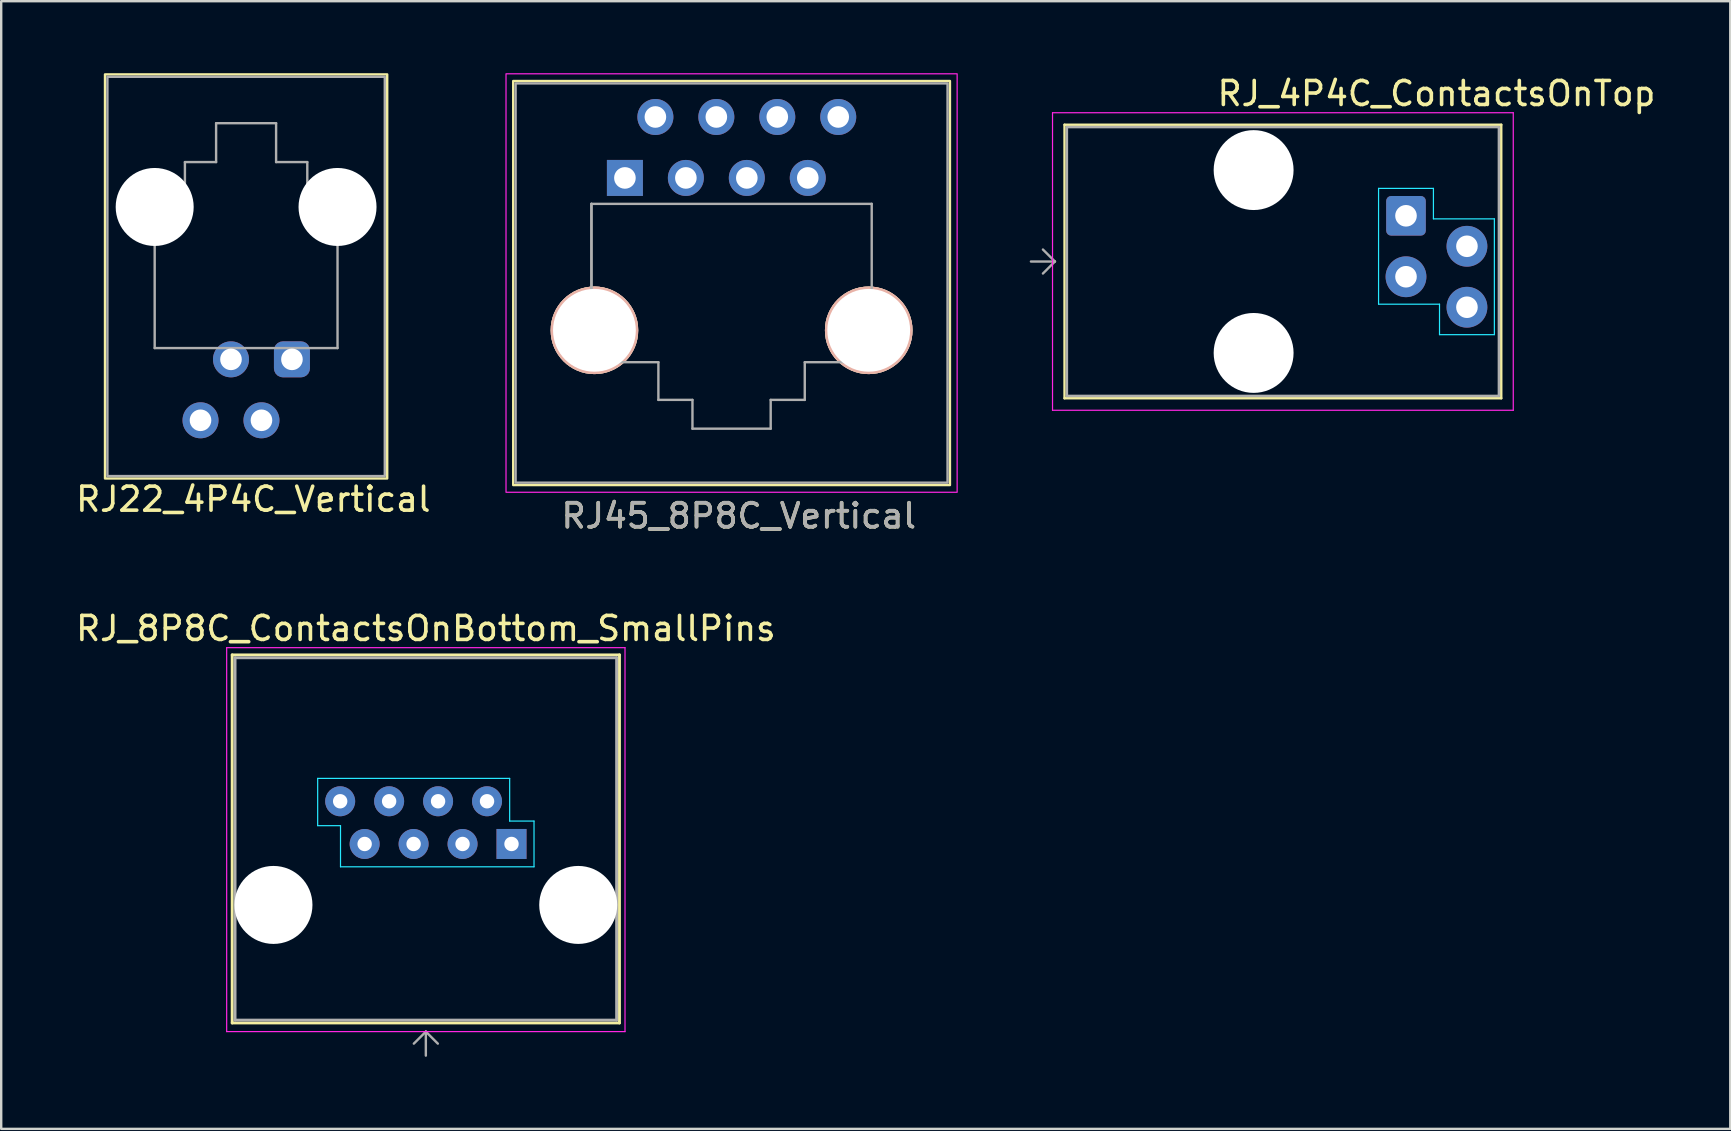
<source format=kicad_pcb>
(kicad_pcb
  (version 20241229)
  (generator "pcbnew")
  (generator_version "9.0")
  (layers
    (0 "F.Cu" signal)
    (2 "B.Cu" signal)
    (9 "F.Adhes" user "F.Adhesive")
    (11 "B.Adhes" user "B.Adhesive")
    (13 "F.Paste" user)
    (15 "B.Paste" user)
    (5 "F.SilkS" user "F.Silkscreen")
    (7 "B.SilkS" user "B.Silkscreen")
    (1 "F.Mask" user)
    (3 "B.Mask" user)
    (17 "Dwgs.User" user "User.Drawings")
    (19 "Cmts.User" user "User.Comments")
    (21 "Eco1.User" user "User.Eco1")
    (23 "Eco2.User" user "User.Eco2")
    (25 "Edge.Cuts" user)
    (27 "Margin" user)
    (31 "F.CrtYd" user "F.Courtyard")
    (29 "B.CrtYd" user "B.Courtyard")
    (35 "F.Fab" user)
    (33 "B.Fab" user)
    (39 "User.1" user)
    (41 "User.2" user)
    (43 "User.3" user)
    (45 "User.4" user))
  (footprint "RJ22_4P4C_Vertical"
    (layer "F.Cu")
    (at 7.206 8.155)
    (property "Reference" "RJ22_4P4C_Vertical" (at 0.3 9.6 180) (layer "F.SilkS") (effects (font (size 1 1) (thickness 0.15))))
    (attr through_hole)
    (fp_rect (start -5.88 -8.105) (end 5.88 8.735) (stroke (width 0.1) (type solid)) (fill no) (layer "F.SilkS"))
    (fp_line (start -3.81 -3.3) (end -3.81 3.3) (stroke (width 0.1) (type solid)) (layer "F.Fab"))
    (fp_line (start -3.81 3.3) (end 3.81 3.3) (stroke (width 0.1) (type solid)) (layer "F.Fab"))
    (fp_line (start -2.55 -4.45) (end -2.55 -3.3) (stroke (width 0.1) (type solid)) (layer "F.Fab"))
    (fp_line (start -2.55 -3.3) (end -3.81 -3.3) (stroke (width 0.1) (type solid)) (layer "F.Fab"))
    (fp_line (start -1.25 -6.07) (end -1.25 -4.45) (stroke (width 0.1) (type solid)) (layer "F.Fab"))
    (fp_line (start -1.25 -4.45) (end -2.55 -4.45) (stroke (width 0.1) (type solid)) (layer "F.Fab"))
    (fp_line (start 1.25 -6.07) (end -1.25 -6.07) (stroke (width 0.1) (type solid)) (layer "F.Fab"))
    (fp_line (start 1.25 -4.45) (end 1.25 -6.07) (stroke (width 0.1) (type solid)) (layer "F.Fab"))
    (fp_line (start 2.55 -4.45) (end 1.25 -4.45) (stroke (width 0.1) (type solid)) (layer "F.Fab"))
    (fp_line (start 2.55 -3.3) (end 2.55 -4.45) (stroke (width 0.1) (type solid)) (layer "F.Fab"))
    (fp_line (start 3.81 -3.3) (end 2.55 -3.3) (stroke (width 0.1) (type solid)) (layer "F.Fab"))
    (fp_line (start 3.81 3.3) (end 3.81 -3.3) (stroke (width 0.1) (type solid)) (layer "F.Fab"))
    (fp_rect (start -5.78 -8.005) (end 5.78 8.635) (stroke (width 0.1) (type solid)) (fill no) (layer "F.Fab"))
    (pad "" np_thru_hole circle (at -3.81 -2.58 180) (size 3.25 3.25) (drill 3.25) (layers "*.Cu" "*.Mask"))
    (pad "" np_thru_hole circle (at 3.81 -2.58 180) (size 3.25 3.25) (drill 3.25) (layers "*.Cu" "*.Mask"))
    (pad "1" thru_hole roundrect (at 1.91 3.77 180) (size 1.5 1.5) (drill 0.9) (layers "*.Cu" "*.Mask") (roundrect_rratio 0.25))
    (pad "2" thru_hole circle (at 0.64 6.31 180) (size 1.5 1.5) (drill 0.9) (layers "*.Cu" "*.Mask"))
    (pad "3" thru_hole circle (at -0.63 3.77 180) (size 1.5 1.5) (drill 0.9) (layers "*.Cu" "*.Mask"))
    (pad "4" thru_hole circle (at -1.9 6.31 180) (size 1.5 1.5) (drill 0.9) (layers "*.Cu" "*.Mask")))
  (footprint "RJ_4P4C_ContactsOnTop"
    (layer "F.Cu")
    (at 56.812 7.848)
    (property "Reference" "RJ_4P4C_ContactsOnTop" (at 0 -7 0) (layer "F.SilkS") (effects (font (size 1 1) (thickness 0.15))))
    (attr through_hole)
    (fp_line (start -15.5 -5.7) (end -15.5 5.7) (stroke (width 0.1) (type solid)) (layer "F.SilkS"))
    (fp_line (start -15.5 5.7) (end 2.7 5.7) (stroke (width 0.1) (type solid)) (layer "F.SilkS"))
    (fp_line (start 2.7 -5.7) (end -15.5 -5.7) (stroke (width 0.1) (type solid)) (layer "F.SilkS"))
    (fp_line (start 2.7 5.7) (end 2.7 -5.7) (stroke (width 0.1) (type solid)) (layer "F.SilkS"))
    (fp_line (start -2.413 -3.048) (end -2.413 1.778) (stroke (width 0.05) (type solid)) (layer "B.CrtYd"))
    (fp_line (start -2.413 1.778) (end 0.127 1.778) (stroke (width 0.05) (type solid)) (layer "B.CrtYd"))
    (fp_line (start -0.127 -3.048) (end -2.413 -3.048) (stroke (width 0.05) (type solid)) (layer "B.CrtYd"))
    (fp_line (start -0.127 -1.778) (end -0.127 -3.048) (stroke (width 0.05) (type solid)) (layer "B.CrtYd"))
    (fp_line (start 0.127 1.778) (end 0.127 3.048) (stroke (width 0.05) (type solid)) (layer "B.CrtYd"))
    (fp_line (start 0.127 3.048) (end 2.413 3.048) (stroke (width 0.05) (type solid)) (layer "B.CrtYd"))
    (fp_line (start 2.413 -1.778) (end -0.127 -1.778) (stroke (width 0.05) (type solid)) (layer "B.CrtYd"))
    (fp_line (start 2.413 3.048) (end 2.413 -1.778) (stroke (width 0.05) (type solid)) (layer "B.CrtYd"))
    (fp_line (start -16 -6.2) (end -16 6.2) (stroke (width 0.05) (type solid)) (layer "F.CrtYd"))
    (fp_line (start -16 6.2) (end 3.2 6.2) (stroke (width 0.05) (type solid)) (layer "F.CrtYd"))
    (fp_line (start 3.2 -6.2) (end -16 -6.2) (stroke (width 0.05) (type solid)) (layer "F.CrtYd"))
    (fp_line (start 3.2 6.2) (end 3.2 -6.2) (stroke (width 0.05) (type solid)) (layer "F.CrtYd"))
    (fp_line (start -16.4 -0.5) (end -15.9 0) (stroke (width 0.1) (type solid)) (layer "F.Fab"))
    (fp_line (start -15.9 0) (end -16.9 0) (stroke (width 0.1) (type solid)) (layer "F.Fab"))
    (fp_line (start -15.9 0) (end -16.4 0.5) (stroke (width 0.1) (type solid)) (layer "F.Fab"))
    (fp_line (start -15.4 -5.6) (end 2.6 -5.6) (stroke (width 0.1) (type solid)) (layer "F.Fab"))
    (fp_line (start -15.4 5.6) (end -15.4 -5.6) (stroke (width 0.1) (type solid)) (layer "F.Fab"))
    (fp_line (start -15.4 5.6) (end 2.6 5.6) (stroke (width 0.1) (type solid)) (layer "F.Fab"))
    (fp_line (start 2.6 -5.6) (end 2.6 5.6) (stroke (width 0.1) (type solid)) (layer "F.Fab"))
    (pad "" np_thru_hole circle (at -7.62 -3.81 180) (size 3.33 3.33) (drill 3.33) (layers "*.Cu" "*.Mask"))
    (pad "" np_thru_hole circle (at -7.62 3.81 180) (size 3.33 3.33) (drill 3.33) (layers "*.Cu" "*.Mask"))
    (pad "1" thru_hole roundrect (at -1.27 -1.905 180) (size 1.65 1.65) (drill 0.9) (layers "*.Cu" "*.Mask") (roundrect_rratio 0.125))
    (pad "2" thru_hole circle (at 1.27 -0.635 180) (size 1.7 1.7) (drill 0.9) (layers "*.Cu" "*.Mask"))
    (pad "3" thru_hole circle (at -1.27 0.635 180) (size 1.7 1.7) (drill 0.9) (layers "*.Cu" "*.Mask"))
    (pad "4" thru_hole circle (at 1.27 1.905 180) (size 1.7 1.7) (drill 0.9) (layers "*.Cu" "*.Mask")))
  (footprint "RJ_8P8C_ContactsOnBottom_SmallPins"
    (layer "F.Cu")
    (at 14.696 30.341)
    (property "Reference" "RJ_8P8C_ContactsOnBottom_SmallPins" (at 0 -7.2 0) (layer "F.SilkS") (effects (font (size 1 1) (thickness 0.15))))
    (attr through_hole)
    (fp_line (start -8.07 -6.1) (end 8.07 -6.1) (stroke (width 0.12) (type solid)) (layer "F.SilkS"))
    (fp_line (start -8.07 9.24) (end -8.07 -6.1) (stroke (width 0.12) (type solid)) (layer "F.SilkS"))
    (fp_line (start 8.07 -6.1) (end 8.07 9.24) (stroke (width 0.12) (type solid)) (layer "F.SilkS"))
    (fp_line (start 8.07 9.24) (end -8.07 9.24) (stroke (width 0.12) (type solid)) (layer "F.SilkS"))
    (fp_line (start -4.508 -0.953) (end 3.493 -0.953) (stroke (width 0.05) (type solid)) (layer "B.CrtYd"))
    (fp_line (start -4.508 1.016) (end -4.508 -0.953) (stroke (width 0.05) (type solid)) (layer "B.CrtYd"))
    (fp_line (start -3.556 1.016) (end -4.508 1.016) (stroke (width 0.05) (type solid)) (layer "B.CrtYd"))
    (fp_line (start -3.556 2.731) (end -3.556 1.016) (stroke (width 0.05) (type solid)) (layer "B.CrtYd"))
    (fp_line (start 3.493 -0.953) (end 3.493 0.826) (stroke (width 0.05) (type solid)) (layer "B.CrtYd"))
    (fp_line (start 3.493 0.826) (end 4.508 0.826) (stroke (width 0.05) (type solid)) (layer "B.CrtYd"))
    (fp_line (start 4.508 0.826) (end 4.508 2.731) (stroke (width 0.05) (type solid)) (layer "B.CrtYd"))
    (fp_line (start 4.508 2.731) (end -3.556 2.731) (stroke (width 0.05) (type solid)) (layer "B.CrtYd"))
    (fp_line (start -8.3 -6.4) (end -8.3 9.6) (stroke (width 0.05) (type solid)) (layer "F.CrtYd"))
    (fp_line (start -8.3 9.6) (end 8.3 9.6) (stroke (width 0.05) (type solid)) (layer "F.CrtYd"))
    (fp_line (start 8.3 -6.4) (end -8.3 -6.4) (stroke (width 0.05) (type solid)) (layer "F.CrtYd"))
    (fp_line (start 8.3 9.6) (end 8.3 -6.4) (stroke (width 0.05) (type solid)) (layer "F.CrtYd"))
    (fp_line (start -7.95 -5.98) (end 7.95 -5.98) (stroke (width 0.12) (type solid)) (layer "F.Fab"))
    (fp_line (start -7.95 9.12) (end -7.95 -5.98) (stroke (width 0.12) (type solid)) (layer "F.Fab"))
    (fp_line (start -7.95 9.12) (end 7.95 9.12) (stroke (width 0.12) (type solid)) (layer "F.Fab"))
    (fp_line (start -0.5 10.1) (end 0 9.6) (stroke (width 0.1) (type solid)) (layer "F.Fab"))
    (fp_line (start 0 9.6) (end 0 10.6) (stroke (width 0.1) (type solid)) (layer "F.Fab"))
    (fp_line (start 0 9.6) (end 0.5 10.1) (stroke (width 0.1) (type solid)) (layer "F.Fab"))
    (fp_line (start 7.95 -5.98) (end 7.95 9.12) (stroke (width 0.12) (type solid)) (layer "F.Fab"))
    (pad "" np_thru_hole circle (at -6.35 4.32) (size 3.25 3.25) (drill 3.25) (layers "*.Cu" "*.Mask"))
    (pad "" np_thru_hole circle (at 6.35 4.32) (size 3.25 3.25) (drill 3.25) (layers "*.Cu" "*.Mask"))
    (pad "1" thru_hole rect (at 3.57 1.78) (size 1.25 1.25) (drill 0.6) (layers "*.Cu" "*.Mask"))
    (pad "2" thru_hole circle (at 2.55 0) (size 1.25 1.25) (drill 0.6) (layers "*.Cu" "*.Mask"))
    (pad "3" thru_hole circle (at 1.53 1.78) (size 1.25 1.25) (drill 0.6) (layers "*.Cu" "*.Mask"))
    (pad "4" thru_hole circle (at 0.51 0) (size 1.25 1.25) (drill 0.6) (layers "*.Cu" "*.Mask"))
    (pad "5" thru_hole circle (at -0.51 1.78) (size 1.25 1.25) (drill 0.6) (layers "*.Cu" "*.Mask"))
    (pad "6" thru_hole circle (at -1.53 0) (size 1.25 1.25) (drill 0.6) (layers "*.Cu" "*.Mask"))
    (pad "7" thru_hole circle (at -2.55 1.78) (size 1.25 1.25) (drill 0.6) (layers "*.Cu" "*.Mask"))
    (pad "8" thru_hole circle (at -3.57 0) (size 1.25 1.25) (drill 0.6) (layers "*.Cu" "*.Mask")))
  (footprint "RJ45_8P8C_Vertical"
    (layer "F.Cu")
    (at 27.437 8.745)
    (property "Reference" "RJ45_8P8C_Vertical" (at 0.3 9.7 0) (layer "F.SilkS") (effects (font (size 1 1) (thickness 0.15))))
    (attr through_hole)
    (fp_rect (start -9.1 -8.42) (end 9.1 8.42) (stroke (width 0.1) (type solid)) (fill no) (layer "F.SilkS"))
    (fp_rect (start -9.4 -8.72) (end 9.4 8.72) (stroke (width 0.05) (type solid)) (fill no) (layer "F.CrtYd"))
    (fp_line (start -5.84 -3.3) (end 5.84 -3.3) (stroke (width 0.1) (type solid)) (layer "F.Fab"))
    (fp_line (start -5.84 3.3) (end -5.84 -3.3) (stroke (width 0.1) (type solid)) (layer "F.Fab"))
    (fp_line (start -5.84 3.3) (end -5.84 -3.3) (stroke (width 0.1) (type solid)) (layer "F.Fab"))
    (fp_line (start -3.05 3.3) (end -5.84 3.3) (stroke (width 0.1) (type solid)) (layer "F.Fab"))
    (fp_line (start -3.05 4.87) (end -3.05 3.3) (stroke (width 0.1) (type solid)) (layer "F.Fab"))
    (fp_line (start -1.63 4.87) (end -3.05 4.87) (stroke (width 0.1) (type solid)) (layer "F.Fab"))
    (fp_line (start -1.63 6.07) (end -1.63 4.87) (stroke (width 0.1) (type solid)) (layer "F.Fab"))
    (fp_line (start 1.63 4.87) (end 1.63 6.07) (stroke (width 0.1) (type solid)) (layer "F.Fab"))
    (fp_line (start 1.63 6.07) (end -1.63 6.07) (stroke (width 0.1) (type solid)) (layer "F.Fab"))
    (fp_line (start 3.05 3.3) (end 3.05 4.87) (stroke (width 0.1) (type solid)) (layer "F.Fab"))
    (fp_line (start 3.05 4.87) (end 1.63 4.87) (stroke (width 0.1) (type solid)) (layer "F.Fab"))
    (fp_line (start 5.84 -3.3) (end 5.84 3.3) (stroke (width 0.1) (type solid)) (layer "F.Fab"))
    (fp_line (start 5.84 3.3) (end 3.05 3.3) (stroke (width 0.1) (type solid)) (layer "F.Fab"))
    (fp_rect (start -9 -8.32) (end 9 8.32) (stroke (width 0.1) (type solid)) (fill no) (layer "F.Fab"))
    (fp_text user "${REFERENCE}" (at 0.3 9.7 0) (layer "F.Fab") (effects (font (size 1 1) (thickness 0.15))))
    (pad "" np_thru_hole circle (at -5.715 1.97) (size 3.65 3.65) (drill 3.45) (layers "*.Cu" "*.SilkS" "*.Mask"))
    (pad "" np_thru_hole circle (at 5.715 1.97) (size 3.65 3.65) (drill 3.45) (layers "*.Cu" "*.SilkS" "*.Mask"))
    (pad "1" thru_hole rect (at -4.445 -4.38) (size 1.5 1.5) (drill 0.9) (layers "*.Cu" "*.Mask"))
    (pad "2" thru_hole circle (at -3.175 -6.92) (size 1.5 1.5) (drill 0.9) (layers "*.Cu" "*.Mask"))
    (pad "3" thru_hole circle (at -1.905 -4.38) (size 1.5 1.5) (drill 0.9) (layers "*.Cu" "*.Mask"))
    (pad "4" thru_hole circle (at -0.635 -6.92) (size 1.5 1.5) (drill 0.9) (layers "*.Cu" "*.Mask"))
    (pad "5" thru_hole circle (at 0.635 -4.38) (size 1.5 1.5) (drill 0.9) (layers "*.Cu" "*.Mask"))
    (pad "6" thru_hole circle (at 1.905 -6.92) (size 1.5 1.5) (drill 0.9) (layers "*.Cu" "*.Mask"))
    (pad "7" thru_hole circle (at 3.175 -4.38) (size 1.5 1.5) (drill 0.9) (layers "*.Cu" "*.Mask"))
    (pad "8" thru_hole circle (at 4.445 -6.92) (size 1.5 1.5) (drill 0.9) (layers "*.Cu" "*.Mask")))
  (gr_rect
    (start -3 -3)
    (end 69.056 43.992)
    (stroke (width 0.1) (type default))
    (fill no)
    (layer "Edge.Cuts")))
</source>
